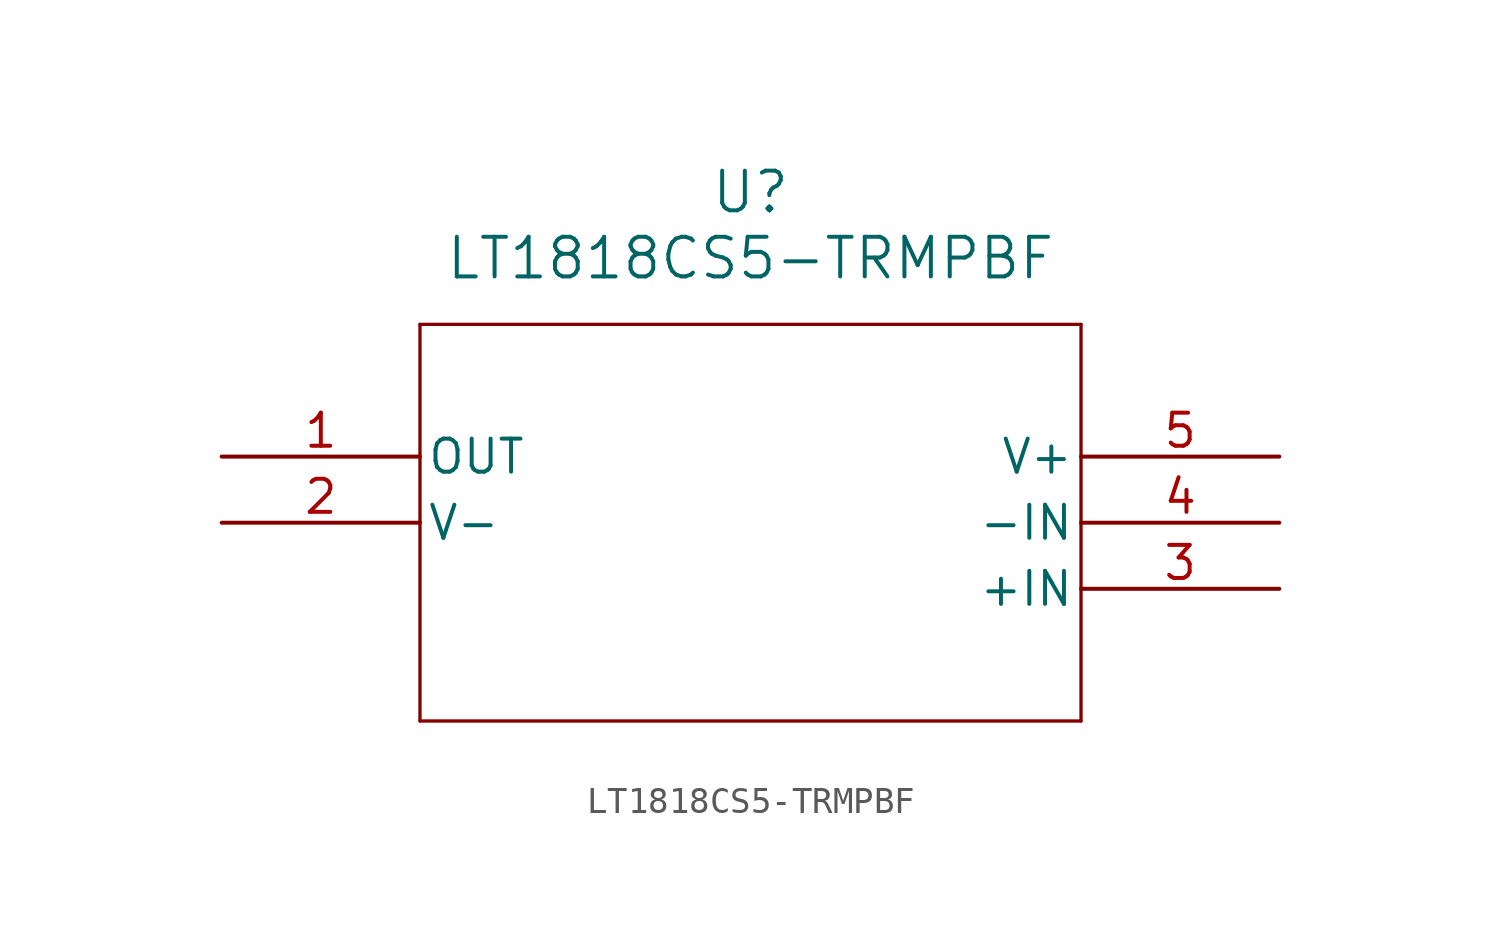
<source format=kicad_sym>
(kicad_symbol_lib
  (version 20211014)
  (generator kicad_symbol_editor)
  (symbol "LT1818CS5-TRMPBF"
    (pin_names
      (offset 0.254))
    (property "Reference" "U"
      (at 20.32 10.16 0)
      (effects (font (size 1.524 1.524))))
    (property "Value" "LT1818CS5-TRMPBF"
      (at 20.32 7.62 0)
      (effects (font (size 1.524 1.524))))
    (symbol "LT1818CS5-TRMPBF_0_1"
      (polyline (pts (xy 7.62 5.08) (xy 7.62 -10.16)) (stroke (width 0.127) (type default) (color 0 0 0 0)) (fill (type none)))
      (polyline (pts (xy 7.62 -10.16) (xy 33.02 -10.16)) (stroke (width 0.127) (type default) (color 0 0 0 0)) (fill (type none)))
      (polyline (pts (xy 33.02 -10.16) (xy 33.02 5.08)) (stroke (width 0.127) (type default) (color 0 0 0 0)) (fill (type none)))
      (polyline (pts (xy 33.02 5.08) (xy 7.62 5.08)) (stroke (width 0.127) (type default) (color 0 0 0 0)) (fill (type none)))
      (pin output line (at 0 0 0) (length 7.62) (name "OUT" (effects (font (size 1.27 1.27)))) (number "1" (effects (font (size 1.27 1.27)))))
      (pin power_in line (at 0 -2.54 0) (length 7.62) (name "V-" (effects (font (size 1.27 1.27)))) (number "2" (effects (font (size 1.27 1.27)))))
      (pin input line (at 40.64 -5.08 180) (length 7.62) (name "+IN" (effects (font (size 1.27 1.27)))) (number "3" (effects (font (size 1.27 1.27)))))
      (pin input line (at 40.64 -2.54 180) (length 7.62) (name "-IN" (effects (font (size 1.27 1.27)))) (number "4" (effects (font (size 1.27 1.27)))))
      (pin power_in line (at 40.64 0 180) (length 7.62) (name "V+" (effects (font (size 1.27 1.27)))) (number "5" (effects (font (size 1.27 1.27))))))))
</source>
